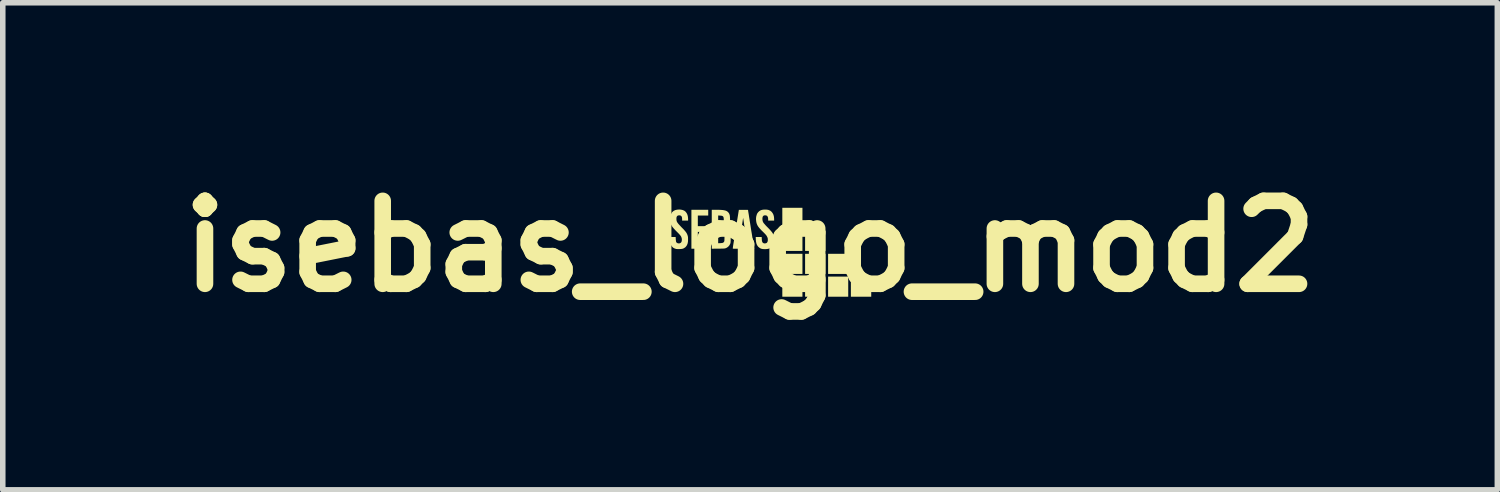
<source format=kicad_pcb>
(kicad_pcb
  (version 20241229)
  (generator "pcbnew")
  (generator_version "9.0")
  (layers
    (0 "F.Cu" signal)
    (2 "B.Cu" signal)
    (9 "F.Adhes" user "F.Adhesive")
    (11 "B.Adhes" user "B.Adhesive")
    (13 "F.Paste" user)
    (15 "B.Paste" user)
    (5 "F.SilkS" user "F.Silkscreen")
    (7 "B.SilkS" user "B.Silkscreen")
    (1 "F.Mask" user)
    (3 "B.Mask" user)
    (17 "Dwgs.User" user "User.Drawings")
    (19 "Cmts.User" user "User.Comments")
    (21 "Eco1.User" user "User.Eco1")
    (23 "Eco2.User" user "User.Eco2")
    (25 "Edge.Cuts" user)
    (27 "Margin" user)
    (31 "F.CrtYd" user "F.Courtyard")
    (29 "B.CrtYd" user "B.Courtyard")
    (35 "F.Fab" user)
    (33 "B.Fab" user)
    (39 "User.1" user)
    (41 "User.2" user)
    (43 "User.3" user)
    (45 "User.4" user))
  (footprint "isebas_logo_mod2"
    (layer "F.Cu")
    (at 10.514 1.404)
    (property "Reference" "isebas_logo_mod2" (at 0 0 0) (layer "F.SilkS") (effects (font (size 1.5 1.5) (thickness 0.3))))
    (attr board_only exclude_from_pos_files exclude_from_bom)
    (fp_poly (pts (xy -1.508 -0.308) (xy -1.508 0.044) (xy -1.566 0.044) (xy -1.624 0.044) (xy -1.624 -0.308) (xy -1.624 -0.66) (xy -1.566 -0.66) (xy -1.508 -0.66)) (stroke (width 0) (type solid)) (fill yes) (layer "F.SilkS"))
    (fp_poly (pts (xy 0.948 -0.514) (xy 0.948 -0.332) (xy 0.766 -0.332) (xy 0.584 -0.332) (xy 0.584 -0.514) (xy 0.584 -0.696) (xy 0.766 -0.696) (xy 0.948 -0.696)) (stroke (width 0) (type solid)) (fill yes) (layer "F.SilkS"))
    (fp_poly (pts (xy 0.948 -0.098) (xy 0.948 0.084) (xy 0.766 0.084) (xy 0.584 0.084) (xy 0.584 -0.098) (xy 0.584 -0.28) (xy 0.766 -0.28) (xy 0.948 -0.28)) (stroke (width 0) (type solid)) (fill yes) (layer "F.SilkS"))
    (fp_poly (pts (xy 0.948 0.318) (xy 0.948 0.5) (xy 0.766 0.5) (xy 0.584 0.5) (xy 0.584 0.318) (xy 0.584 0.136) (xy 0.766 0.136) (xy 0.948 0.136)) (stroke (width 0) (type solid)) (fill yes) (layer "F.SilkS"))
    (fp_poly (pts (xy 0.948 0.73) (xy 0.948 0.912) (xy 0.766 0.912) (xy 0.584 0.912) (xy 0.584 0.73) (xy 0.584 0.548) (xy 0.766 0.548) (xy 0.948 0.548)) (stroke (width 0) (type solid)) (fill yes) (layer "F.SilkS"))
    (fp_poly (pts (xy 1.364 -0.098) (xy 1.364 0.084) (xy 1.18 0.084) (xy 0.996 0.084) (xy 0.996 -0.098) (xy 0.996 -0.28) (xy 1.18 -0.28) (xy 1.364 -0.28)) (stroke (width 0) (type solid)) (fill yes) (layer "F.SilkS"))
    (fp_poly (pts (xy 1.364 0.318) (xy 1.364 0.5) (xy 1.18 0.5) (xy 0.996 0.5) (xy 0.996 0.318) (xy 0.996 0.136) (xy 1.18 0.136) (xy 1.364 0.136)) (stroke (width 0) (type solid)) (fill yes) (layer "F.SilkS"))
    (fp_poly (pts (xy 1.364 0.73) (xy 1.364 0.912) (xy 1.18 0.912) (xy 0.996 0.912) (xy 0.996 0.73) (xy 0.996 0.548) (xy 1.18 0.548) (xy 1.364 0.548)) (stroke (width 0) (type solid)) (fill yes) (layer "F.SilkS"))
    (fp_poly (pts (xy 1.776 0.318) (xy 1.776 0.5) (xy 1.594 0.5) (xy 1.412 0.5) (xy 1.412 0.318) (xy 1.412 0.136) (xy 1.594 0.136) (xy 1.776 0.136)) (stroke (width 0) (type solid)) (fill yes) (layer "F.SilkS"))
    (fp_poly (pts (xy 1.776 0.73) (xy 1.776 0.912) (xy 1.594 0.912) (xy 1.412 0.912) (xy 1.412 0.73) (xy 1.412 0.548) (xy 1.594 0.548) (xy 1.776 0.548)) (stroke (width 0) (type solid)) (fill yes) (layer "F.SilkS"))
    (fp_poly (pts (xy 2.192 0.73) (xy 2.192 0.912) (xy 2.008 0.912) (xy 1.824 0.912) (xy 1.824 0.73) (xy 1.824 0.548) (xy 2.008 0.548) (xy 2.192 0.548)) (stroke (width 0) (type solid)) (fill yes) (layer "F.SilkS"))
    (fp_poly (pts (xy -0.756 -0.608) (xy -0.756 -0.556) (xy -0.85 -0.556) (xy -0.944 -0.556) (xy -0.944 -0.46) (xy -0.944 -0.364) (xy -0.87 -0.364) (xy -0.796 -0.364) (xy -0.796 -0.312) (xy -0.796 -0.26) (xy -0.87 -0.26) (xy -0.944 -0.26) (xy -0.944 -0.158) (xy -0.944 -0.056) (xy -0.85 -0.056) (xy -0.756 -0.056) (xy -0.756 -0.006) (xy -0.756 0.044) (xy -0.908 0.044) (xy -1.06 0.044) (xy -1.06 -0.308) (xy -1.06 -0.66) (xy -0.908 -0.66) (xy -0.756 -0.66)) (stroke (width 0) (type solid)) (fill yes) (layer "F.SilkS"))
    (fp_poly (pts (xy -1.252 -0.663) (xy -1.218 -0.656) (xy -1.188 -0.643) (xy -1.164 -0.624) (xy -1.145 -0.598) (xy -1.131 -0.568) (xy -1.123 -0.532) (xy -1.12 -0.494) (xy -1.12 -0.464) (xy -1.174 -0.464) (xy -1.228 -0.464) (xy -1.228 -0.492) (xy -1.23 -0.518) (xy -1.236 -0.537) (xy -1.247 -0.55) (xy -1.262 -0.558) (xy -1.281 -0.56) (xy -1.301 -0.557) (xy -1.316 -0.549) (xy -1.326 -0.534) (xy -1.331 -0.514) (xy -1.331 -0.487) (xy -1.331 -0.487) (xy -1.33 -0.472) (xy -1.327 -0.459) (xy -1.323 -0.446) (xy -1.316 -0.433) (xy -1.306 -0.419) (xy -1.293 -0.402) (xy -1.275 -0.383) (xy -1.253 -0.359) (xy -1.235 -0.34) (xy -1.208 -0.313) (xy -1.187 -0.29) (xy -1.17 -0.27) (xy -1.156 -0.252) (xy -1.146 -0.236) (xy -1.138 -0.22) (xy -1.131 -0.203) (xy -1.126 -0.186) (xy -1.122 -0.167) (xy -1.121 -0.142) (xy -1.121 -0.115) (xy -1.122 -0.087) (xy -1.126 -0.063) (xy -1.131 -0.043) (xy -1.132 -0.04) (xy -1.147 -0.009) (xy -1.168 0.016) (xy -1.194 0.034) (xy -1.213 0.043) (xy -1.227 0.046) (xy -1.246 0.049) (xy -1.269 0.05) (xy -1.292 0.051) (xy -1.315 0.05) (xy -1.334 0.049) (xy -1.344 0.046) (xy -1.369 0.037) (xy -1.39 0.025) (xy -1.404 0.012) (xy -1.422 -0.01) (xy -1.435 -0.035) (xy -1.443 -0.065) (xy -1.448 -0.1) (xy -1.448 -0.125) (xy -1.448 -0.168) (xy -1.397 -0.168) (xy -1.345 -0.168) (xy -1.343 -0.128) (xy -1.341 -0.11) (xy -1.339 -0.094) (xy -1.337 -0.082) (xy -1.336 -0.078) (xy -1.326 -0.065) (xy -1.311 -0.056) (xy -1.293 -0.052) (xy -1.274 -0.053) (xy -1.257 -0.06) (xy -1.256 -0.061) (xy -1.243 -0.074) (xy -1.235 -0.093) (xy -1.233 -0.117) (xy -1.233 -0.127) (xy -1.235 -0.143) (xy -1.239 -0.157) (xy -1.244 -0.171) (xy -1.252 -0.185) (xy -1.264 -0.201) (xy -1.28 -0.219) (xy -1.3 -0.24) (xy -1.324 -0.264) (xy -1.352 -0.292) (xy -1.374 -0.316) (xy -1.392 -0.337) (xy -1.406 -0.355) (xy -1.417 -0.372) (xy -1.426 -0.388) (xy -1.431 -0.401) (xy -1.441 -0.434) (xy -1.446 -0.47) (xy -1.447 -0.506) (xy -1.442 -0.541) (xy -1.433 -0.573) (xy -1.419 -0.601) (xy -1.406 -0.619) (xy -1.383 -0.639) (xy -1.354 -0.654) (xy -1.32 -0.662) (xy -1.281 -0.665)) (stroke (width 0) (type solid)) (fill yes) (layer "F.SilkS"))
    (fp_poly (pts (xy 0.298 -0.663) (xy 0.327 -0.659) (xy 0.337 -0.656) (xy 0.366 -0.643) (xy 0.39 -0.624) (xy 0.409 -0.599) (xy 0.424 -0.569) (xy 0.433 -0.533) (xy 0.436 -0.494) (xy 0.436 -0.491) (xy 0.436 -0.464) (xy 0.382 -0.464) (xy 0.328 -0.464) (xy 0.328 -0.49) (xy 0.326 -0.516) (xy 0.319 -0.536) (xy 0.308 -0.55) (xy 0.292 -0.558) (xy 0.273 -0.56) (xy 0.254 -0.558) (xy 0.24 -0.55) (xy 0.23 -0.536) (xy 0.225 -0.516) (xy 0.224 -0.497) (xy 0.225 -0.48) (xy 0.227 -0.464) (xy 0.231 -0.449) (xy 0.238 -0.434) (xy 0.248 -0.418) (xy 0.263 -0.401) (xy 0.281 -0.38) (xy 0.305 -0.355) (xy 0.326 -0.334) (xy 0.355 -0.304) (xy 0.378 -0.278) (xy 0.397 -0.255) (xy 0.411 -0.234) (xy 0.421 -0.213) (xy 0.428 -0.191) (xy 0.432 -0.168) (xy 0.435 -0.142) (xy 0.435 -0.137) (xy 0.435 -0.096) (xy 0.43 -0.061) (xy 0.419 -0.03) (xy 0.404 -0.004) (xy 0.385 0.016) (xy 0.366 0.031) (xy 0.344 0.042) (xy 0.319 0.048) (xy 0.29 0.051) (xy 0.271 0.052) (xy 0.251 0.051) (xy 0.233 0.05) (xy 0.219 0.048) (xy 0.214 0.047) (xy 0.192 0.04) (xy 0.17 0.026) (xy 0.15 0.01) (xy 0.14 -0.002) (xy 0.126 -0.024) (xy 0.116 -0.049) (xy 0.109 -0.079) (xy 0.105 -0.115) (xy 0.105 -0.121) (xy 0.103 -0.168) (xy 0.157 -0.168) (xy 0.211 -0.168) (xy 0.213 -0.129) (xy 0.215 -0.101) (xy 0.221 -0.08) (xy 0.229 -0.066) (xy 0.242 -0.057) (xy 0.259 -0.052) (xy 0.268 -0.052) (xy 0.289 -0.055) (xy 0.304 -0.063) (xy 0.315 -0.078) (xy 0.321 -0.099) (xy 0.322 -0.118) (xy 0.321 -0.136) (xy 0.319 -0.15) (xy 0.313 -0.164) (xy 0.308 -0.174) (xy 0.303 -0.185) (xy 0.296 -0.195) (xy 0.288 -0.206) (xy 0.277 -0.218) (xy 0.262 -0.234) (xy 0.243 -0.253) (xy 0.234 -0.262) (xy 0.208 -0.287) (xy 0.188 -0.309) (xy 0.172 -0.326) (xy 0.159 -0.342) (xy 0.148 -0.356) (xy 0.139 -0.371) (xy 0.131 -0.385) (xy 0.118 -0.419) (xy 0.111 -0.455) (xy 0.108 -0.494) (xy 0.111 -0.532) (xy 0.12 -0.567) (xy 0.129 -0.591) (xy 0.146 -0.615) (xy 0.168 -0.636) (xy 0.193 -0.651) (xy 0.207 -0.656) (xy 0.234 -0.662) (xy 0.266 -0.664)) (stroke (width 0) (type solid)) (fill yes) (layer "F.SilkS"))
    (fp_poly (pts (xy -0.613 -0.66) (xy -0.568 -0.66) (xy -0.529 -0.658) (xy -0.497 -0.656) (xy -0.471 -0.652) (xy -0.449 -0.647) (xy -0.431 -0.641) (xy -0.416 -0.633) (xy -0.403 -0.623) (xy -0.398 -0.618) (xy -0.386 -0.605) (xy -0.377 -0.59) (xy -0.37 -0.573) (xy -0.365 -0.553) (xy -0.363 -0.527) (xy -0.361 -0.496) (xy -0.361 -0.491) (xy -0.361 -0.454) (xy -0.363 -0.422) (xy -0.368 -0.397) (xy -0.376 -0.376) (xy -0.387 -0.359) (xy -0.402 -0.345) (xy -0.408 -0.341) (xy -0.423 -0.33) (xy -0.406 -0.319) (xy -0.386 -0.302) (xy -0.369 -0.28) (xy -0.357 -0.255) (xy -0.355 -0.246) (xy -0.353 -0.237) (xy -0.352 -0.225) (xy -0.351 -0.209) (xy -0.35 -0.189) (xy -0.35 -0.162) (xy -0.35 -0.15) (xy -0.35 -0.122) (xy -0.35 -0.1) (xy -0.351 -0.084) (xy -0.352 -0.072) (xy -0.353 -0.062) (xy -0.355 -0.054) (xy -0.358 -0.046) (xy -0.36 -0.042) (xy -0.374 -0.016) (xy -0.394 0.007) (xy -0.419 0.025) (xy -0.434 0.032) (xy -0.441 0.035) (xy -0.448 0.037) (xy -0.456 0.039) (xy -0.465 0.04) (xy -0.478 0.041) (xy -0.494 0.042) (xy -0.515 0.042) (xy -0.542 0.043) (xy -0.575 0.043) (xy -0.692 0.044) (xy -0.692 -0.161) (xy -0.576 -0.161) (xy -0.576 -0.055) (xy -0.536 -0.057) (xy -0.511 -0.059) (xy -0.494 -0.062) (xy -0.486 -0.066) (xy -0.478 -0.072) (xy -0.471 -0.079) (xy -0.467 -0.087) (xy -0.464 -0.099) (xy -0.463 -0.115) (xy -0.462 -0.137) (xy -0.462 -0.158) (xy -0.462 -0.183) (xy -0.463 -0.201) (xy -0.464 -0.214) (xy -0.465 -0.224) (xy -0.467 -0.232) (xy -0.47 -0.238) (xy -0.479 -0.251) (xy -0.49 -0.26) (xy -0.505 -0.265) (xy -0.527 -0.268) (xy -0.541 -0.268) (xy -0.576 -0.268) (xy -0.576 -0.161) (xy -0.692 -0.161) (xy -0.692 -0.308) (xy -0.692 -0.464) (xy -0.576 -0.464) (xy -0.576 -0.371) (xy -0.545 -0.373) (xy -0.521 -0.375) (xy -0.504 -0.38) (xy -0.5 -0.383) (xy -0.49 -0.389) (xy -0.483 -0.397) (xy -0.479 -0.407) (xy -0.476 -0.422) (xy -0.474 -0.441) (xy -0.474 -0.466) (xy -0.475 -0.494) (xy -0.477 -0.516) (xy -0.482 -0.531) (xy -0.49 -0.542) (xy -0.502 -0.549) (xy -0.519 -0.553) (xy -0.541 -0.555) (xy -0.543 -0.555) (xy -0.576 -0.557) (xy -0.576 -0.464) (xy -0.692 -0.464) (xy -0.692 -0.66)) (stroke (width 0) (type solid)) (fill yes) (layer "F.SilkS"))
    (fp_poly (pts (xy -0.066 -0.659) (xy -0.05 -0.659) (xy -0.041 -0.658) (xy -0.036 -0.656) (xy -0.036 -0.656) (xy -0.035 -0.651) (xy -0.034 -0.639) (xy -0.031 -0.621) (xy -0.027 -0.597) (xy -0.022 -0.568) (xy -0.017 -0.534) (xy -0.011 -0.497) (xy -0.005 -0.456) (xy 0.002 -0.414) (xy 0.009 -0.37) (xy 0.016 -0.324) (xy 0.023 -0.279) (xy 0.031 -0.234) (xy 0.038 -0.19) (xy 0.044 -0.148) (xy 0.051 -0.109) (xy 0.056 -0.073) (xy 0.062 -0.041) (xy 0.066 -0.014) (xy 0.07 0.008) (xy 0.072 0.024) (xy 0.074 0.033) (xy 0.074 0.035) (xy 0.076 0.044) (xy 0.018 0.044) (xy -0.04 0.044) (xy -0.042 0.031) (xy -0.043 0.022) (xy -0.046 0.007) (xy -0.049 -0.011) (xy -0.051 -0.03) (xy -0.058 -0.078) (xy -0.125 -0.079) (xy -0.191 -0.08) (xy -0.194 -0.059) (xy -0.196 -0.046) (xy -0.198 -0.028) (xy -0.201 -0.007) (xy -0.203 0.003) (xy -0.209 0.044) (xy -0.261 0.044) (xy -0.282 0.044) (xy -0.296 0.044) (xy -0.305 0.043) (xy -0.31 0.041) (xy -0.312 0.039) (xy -0.312 0.036) (xy -0.312 0.035) (xy -0.311 0.03) (xy -0.309 0.017) (xy -0.307 -0.002) (xy -0.303 -0.027) (xy -0.298 -0.058) (xy -0.292 -0.094) (xy -0.286 -0.135) (xy -0.279 -0.179) (xy -0.278 -0.181) (xy -0.176 -0.181) (xy -0.172 -0.181) (xy -0.162 -0.18) (xy -0.147 -0.18) (xy -0.128 -0.18) (xy -0.126 -0.18) (xy -0.105 -0.18) (xy -0.09 -0.181) (xy -0.081 -0.182) (xy -0.077 -0.184) (xy -0.076 -0.186) (xy -0.077 -0.19) (xy -0.078 -0.202) (xy -0.081 -0.219) (xy -0.084 -0.241) (xy -0.088 -0.267) (xy -0.092 -0.296) (xy -0.096 -0.327) (xy -0.101 -0.358) (xy -0.106 -0.389) (xy -0.11 -0.419) (xy -0.114 -0.446) (xy -0.118 -0.47) (xy -0.121 -0.49) (xy -0.123 -0.504) (xy -0.124 -0.511) (xy -0.124 -0.512) (xy -0.125 -0.509) (xy -0.127 -0.498) (xy -0.13 -0.481) (xy -0.133 -0.459) (xy -0.137 -0.432) (xy -0.142 -0.401) (xy -0.147 -0.367) (xy -0.15 -0.348) (xy -0.156 -0.313) (xy -0.161 -0.28) (xy -0.165 -0.25) (xy -0.169 -0.225) (xy -0.172 -0.205) (xy -0.174 -0.19) (xy -0.176 -0.182) (xy -0.176 -0.181) (xy -0.278 -0.181) (xy -0.271 -0.226) (xy -0.263 -0.276) (xy -0.257 -0.316) (xy -0.202 -0.658) (xy -0.119 -0.659) (xy -0.089 -0.659)) (stroke (width 0) (type solid)) (fill yes) (layer "F.SilkS")))
  (gr_rect
    (start -3 -3)
    (end 24.029 5.808)
    (stroke (width 0.1) (type default))
    (fill no)
    (layer "Edge.Cuts")))
</source>
